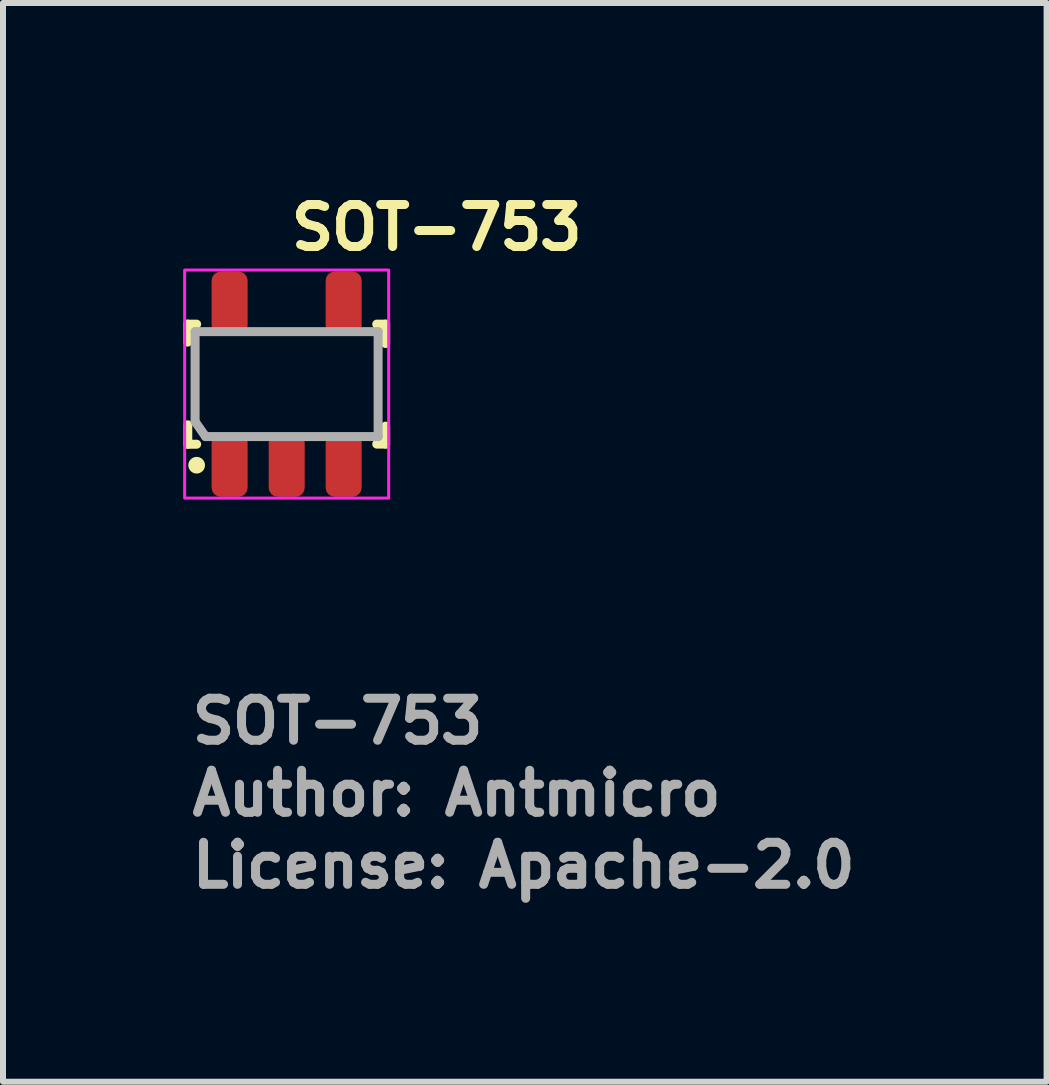
<source format=kicad_pcb>
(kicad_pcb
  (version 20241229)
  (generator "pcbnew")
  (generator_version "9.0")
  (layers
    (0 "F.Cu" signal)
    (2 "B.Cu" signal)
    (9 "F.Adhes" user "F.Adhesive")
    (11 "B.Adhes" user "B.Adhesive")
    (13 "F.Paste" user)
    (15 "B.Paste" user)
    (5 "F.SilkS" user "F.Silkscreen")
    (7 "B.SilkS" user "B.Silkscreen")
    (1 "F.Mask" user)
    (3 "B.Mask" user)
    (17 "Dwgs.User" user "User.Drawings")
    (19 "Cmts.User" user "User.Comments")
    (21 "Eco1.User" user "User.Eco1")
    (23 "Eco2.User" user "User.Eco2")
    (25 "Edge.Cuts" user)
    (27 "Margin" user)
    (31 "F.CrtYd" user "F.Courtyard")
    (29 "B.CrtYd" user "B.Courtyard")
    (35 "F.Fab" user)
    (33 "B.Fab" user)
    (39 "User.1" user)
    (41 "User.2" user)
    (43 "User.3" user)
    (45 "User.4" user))
  (footprint "SOT-753"
    (layer "F.Cu")
    (at 1.726 3.35)
    (property "Reference" "SOT-753" (at 0 -2.2 0) (layer "F.SilkS") (effects (font (size 0.7 0.7) (thickness 0.15)) (justify left bottom)))
    (attr smd)
    (fp_line (start -1.651 -1) (end -1.651 -0.701) (stroke (width 0.15) (type solid)) (layer "F.SilkS"))
    (fp_line (start -1.648 1) (end -1.648 0.677) (stroke (width 0.15) (type solid)) (layer "F.SilkS"))
    (fp_line (start -1.5 -1) (end -1.651 -1) (stroke (width 0.15) (type solid)) (layer "F.SilkS"))
    (fp_line (start -1.5 1) (end -1.648 1) (stroke (width 0.15) (type solid)) (layer "F.SilkS"))
    (fp_line (start 1.5 -1) (end 1.648 -1) (stroke (width 0.15) (type solid)) (layer "F.SilkS"))
    (fp_line (start 1.5 0.998) (end 1.648 0.998) (stroke (width 0.15) (type solid)) (layer "F.SilkS"))
    (fp_line (start 1.648 -1) (end 1.648 -0.677) (stroke (width 0.15) (type solid)) (layer "F.SilkS"))
    (fp_line (start 1.648 0.998) (end 1.648 0.699) (stroke (width 0.15) (type solid)) (layer "F.SilkS"))
    (fp_circle (center -1.5 1.35) (end -1.46 1.4) (stroke (width 0.15) (type solid)) (fill yes) (layer "F.SilkS"))
    (fp_rect (start -1.7 -1.901) (end 1.699 1.898) (stroke (width 0.05) (type solid)) (fill no) (layer "F.CrtYd"))
    (fp_line (start -1.526 -0.875) (end 1.523 -0.875) (stroke (width 0.15) (type solid)) (layer "F.Fab"))
    (fp_line (start -1.526 0.623) (end -1.526 -0.875) (stroke (width 0.15) (type solid)) (layer "F.Fab"))
    (fp_line (start -1.526 0.623) (end -1.351 0.873) (stroke (width 0.15) (type solid)) (layer "F.Fab"))
    (fp_line (start -1.351 0.873) (end 1.523 0.873) (stroke (width 0.15) (type solid)) (layer "F.Fab"))
    (fp_line (start 1.523 -0.875) (end 1.523 0.873) (stroke (width 0.15) (type solid)) (layer "F.Fab"))
    (fp_rect (start -1.45 -1.401) (end 1.449 1.398) (stroke (width 0.1) (type solid)) (fill no) (layer "User.5"))
    (fp_line (start -1.45 -0.802) (end -1.375 -0.725) (stroke (width 0.02) (type solid)) (layer "User.9"))
    (fp_line (start -1.45 0.8) (end -1.45 -0.802) (stroke (width 0.02) (type solid)) (layer "User.9"))
    (fp_line (start -1.45 0.8) (end -1.375 0.723) (stroke (width 0.02) (type solid)) (layer "User.9"))
    (fp_line (start -1.375 0.723) (end -1.335 0.684) (stroke (width 0.02) (type solid)) (layer "User.9"))
    (fp_line (start -1.335 -0.686) (end -1.375 -0.725) (stroke (width 0.02) (type solid)) (layer "User.9"))
    (fp_line (start -1.149 -1.195) (end -1.149 -1.4) (stroke (width 0.02) (type solid)) (layer "User.9"))
    (fp_line (start -1.149 -1.195) (end -1.149 -1.098) (stroke (width 0.02) (type solid)) (layer "User.9"))
    (fp_line (start -1.149 -1.098) (end -1.149 -1.013) (stroke (width 0.02) (type solid)) (layer "User.9"))
    (fp_line (start -1.149 -1.013) (end -1.149 -0.916) (stroke (width 0.02) (type solid)) (layer "User.9"))
    (fp_line (start -1.149 -0.802) (end -1.149 -0.916) (stroke (width 0.02) (type solid)) (layer "User.9"))
    (fp_line (start -1.149 0.914) (end -1.149 0.8) (stroke (width 0.02) (type solid)) (layer "User.9"))
    (fp_line (start -1.149 1.012) (end -1.149 0.914) (stroke (width 0.02) (type solid)) (layer "User.9"))
    (fp_line (start -1.149 1.095) (end -1.149 1.012) (stroke (width 0.02) (type solid)) (layer "User.9"))
    (fp_line (start -1.149 1.194) (end -1.149 1.095) (stroke (width 0.02) (type solid)) (layer "User.9"))
    (fp_line (start -1.149 1.399) (end -1.149 1.194) (stroke (width 0.02) (type solid)) (layer "User.9"))
    (fp_line (start -1.051 0.478) (end -1.051 0.478) (stroke (width 0.02) (type solid)) (layer "User.9"))
    (fp_line (start -1.051 0.478) (end -1.051 0.478) (stroke (width 0.02) (type solid)) (layer "User.9"))
    (fp_line (start -1.051 0.478) (end -1.049 0.484) (stroke (width 0.02) (type solid)) (layer "User.9"))
    (fp_line (start -1.049 0.464) (end -1.049 0.469) (stroke (width 0.02) (type solid)) (layer "User.9"))
    (fp_line (start -1.049 0.469) (end -1.049 0.474) (stroke (width 0.02) (type solid)) (layer "User.9"))
    (fp_line (start -1.049 0.474) (end -1.051 0.478) (stroke (width 0.02) (type solid)) (layer "User.9"))
    (fp_line (start -1.049 0.484) (end -1.049 0.489) (stroke (width 0.02) (type solid)) (layer "User.9"))
    (fp_line (start -1.049 0.489) (end -1.049 0.494) (stroke (width 0.02) (type solid)) (layer "User.9"))
    (fp_line (start -1.049 0.494) (end -1.047 0.499) (stroke (width 0.02) (type solid)) (layer "User.9"))
    (fp_line (start -1.047 0.455) (end -1.047 0.459) (stroke (width 0.02) (type solid)) (layer "User.9"))
    (fp_line (start -1.047 0.459) (end -1.049 0.464) (stroke (width 0.02) (type solid)) (layer "User.9"))
    (fp_line (start -1.047 0.499) (end -1.047 0.503) (stroke (width 0.02) (type solid)) (layer "User.9"))
    (fp_line (start -1.047 0.503) (end -1.045 0.508) (stroke (width 0.02) (type solid)) (layer "User.9"))
    (fp_line (start -1.045 0.45) (end -1.047 0.455) (stroke (width 0.02) (type solid)) (layer "User.9"))
    (fp_line (start -1.045 0.508) (end -1.043 0.514) (stroke (width 0.02) (type solid)) (layer "User.9"))
    (fp_line (start -1.043 0.44) (end -1.043 0.444) (stroke (width 0.02) (type solid)) (layer "User.9"))
    (fp_line (start -1.043 0.444) (end -1.045 0.45) (stroke (width 0.02) (type solid)) (layer "User.9"))
    (fp_line (start -1.043 0.514) (end -1.043 0.518) (stroke (width 0.02) (type solid)) (layer "User.9"))
    (fp_line (start -1.043 0.518) (end -1.041 0.523) (stroke (width 0.02) (type solid)) (layer "User.9"))
    (fp_line (start -1.041 0.435) (end -1.043 0.44) (stroke (width 0.02) (type solid)) (layer "User.9"))
    (fp_line (start -1.041 0.523) (end -1.037 0.527) (stroke (width 0.02) (type solid)) (layer "User.9"))
    (fp_line (start -1.037 0.431) (end -1.041 0.435) (stroke (width 0.02) (type solid)) (layer "User.9"))
    (fp_line (start -1.037 0.527) (end -1.035 0.531) (stroke (width 0.02) (type solid)) (layer "User.9"))
    (fp_line (start -1.035 0.427) (end -1.037 0.431) (stroke (width 0.02) (type solid)) (layer "User.9"))
    (fp_line (start -1.035 0.531) (end -1.033 0.535) (stroke (width 0.02) (type solid)) (layer "User.9"))
    (fp_line (start -1.033 0.423) (end -1.035 0.427) (stroke (width 0.02) (type solid)) (layer "User.9"))
    (fp_line (start -1.033 0.535) (end -1.031 0.539) (stroke (width 0.02) (type solid)) (layer "User.9"))
    (fp_line (start -1.031 0.419) (end -1.033 0.423) (stroke (width 0.02) (type solid)) (layer "User.9"))
    (fp_line (start -1.031 0.539) (end -1.027 0.543) (stroke (width 0.02) (type solid)) (layer "User.9"))
    (fp_line (start -1.027 0.415) (end -1.031 0.419) (stroke (width 0.02) (type solid)) (layer "User.9"))
    (fp_line (start -1.027 0.543) (end -1.025 0.547) (stroke (width 0.02) (type solid)) (layer "User.9"))
    (fp_line (start -1.025 0.412) (end -1.027 0.415) (stroke (width 0.02) (type solid)) (layer "User.9"))
    (fp_line (start -1.025 0.547) (end -1.02 0.55) (stroke (width 0.02) (type solid)) (layer "User.9"))
    (fp_line (start -1.02 0.409) (end -1.025 0.412) (stroke (width 0.02) (type solid)) (layer "User.9"))
    (fp_line (start -1.02 0.55) (end -1.018 0.554) (stroke (width 0.02) (type solid)) (layer "User.9"))
    (fp_line (start -1.018 0.405) (end -1.02 0.409) (stroke (width 0.02) (type solid)) (layer "User.9"))
    (fp_line (start -1.018 0.554) (end -1.014 0.557) (stroke (width 0.02) (type solid)) (layer "User.9"))
    (fp_line (start -1.014 0.402) (end -1.018 0.405) (stroke (width 0.02) (type solid)) (layer "User.9"))
    (fp_line (start -1.014 0.557) (end -1.01 0.56) (stroke (width 0.02) (type solid)) (layer "User.9"))
    (fp_line (start -1.01 0.399) (end -1.014 0.402) (stroke (width 0.02) (type solid)) (layer "User.9"))
    (fp_line (start -1.01 0.56) (end -1.006 0.562) (stroke (width 0.02) (type solid)) (layer "User.9"))
    (fp_line (start -1.006 0.397) (end -1.01 0.399) (stroke (width 0.02) (type solid)) (layer "User.9"))
    (fp_line (start -1.006 0.562) (end -1.002 0.565) (stroke (width 0.02) (type solid)) (layer "User.9"))
    (fp_line (start -1.002 0.394) (end -1.006 0.397) (stroke (width 0.02) (type solid)) (layer "User.9"))
    (fp_line (start -1.002 0.565) (end -0.997 0.567) (stroke (width 0.02) (type solid)) (layer "User.9"))
    (fp_line (start -0.997 0.392) (end -1.002 0.394) (stroke (width 0.02) (type solid)) (layer "User.9"))
    (fp_line (start -0.997 0.567) (end -0.993 0.57) (stroke (width 0.02) (type solid)) (layer "User.9"))
    (fp_line (start -0.993 0.389) (end -0.997 0.392) (stroke (width 0.02) (type solid)) (layer "User.9"))
    (fp_line (start -0.993 0.57) (end -0.988 0.572) (stroke (width 0.02) (type solid)) (layer "User.9"))
    (fp_line (start -0.988 0.387) (end -0.993 0.389) (stroke (width 0.02) (type solid)) (layer "User.9"))
    (fp_line (start -0.988 0.572) (end -0.984 0.573) (stroke (width 0.02) (type solid)) (layer "User.9"))
    (fp_line (start -0.984 0.386) (end -0.988 0.387) (stroke (width 0.02) (type solid)) (layer "User.9"))
    (fp_line (start -0.984 0.573) (end -0.979 0.575) (stroke (width 0.02) (type solid)) (layer "User.9"))
    (fp_line (start -0.979 0.384) (end -0.984 0.386) (stroke (width 0.02) (type solid)) (layer "User.9"))
    (fp_line (start -0.979 0.575) (end -0.974 0.575) (stroke (width 0.02) (type solid)) (layer "User.9"))
    (fp_line (start -0.974 0.382) (end -0.979 0.384) (stroke (width 0.02) (type solid)) (layer "User.9"))
    (fp_line (start -0.974 0.575) (end -0.97 0.576) (stroke (width 0.02) (type solid)) (layer "User.9"))
    (fp_line (start -0.97 0.381) (end -0.974 0.382) (stroke (width 0.02) (type solid)) (layer "User.9"))
    (fp_line (start -0.97 0.576) (end -0.965 0.577) (stroke (width 0.02) (type solid)) (layer "User.9"))
    (fp_line (start -0.965 0.38) (end -0.97 0.381) (stroke (width 0.02) (type solid)) (layer "User.9"))
    (fp_line (start -0.965 0.577) (end -0.96 0.578) (stroke (width 0.02) (type solid)) (layer "User.9"))
    (fp_line (start -0.96 0.379) (end -0.965 0.38) (stroke (width 0.02) (type solid)) (layer "User.9"))
    (fp_line (start -0.96 0.578) (end -0.956 0.578) (stroke (width 0.02) (type solid)) (layer "User.9"))
    (fp_line (start -0.956 0.379) (end -0.96 0.379) (stroke (width 0.02) (type solid)) (layer "User.9"))
    (fp_line (start -0.956 0.578) (end -0.95 0.578) (stroke (width 0.02) (type solid)) (layer "User.9"))
    (fp_line (start -0.95 0.378) (end -0.956 0.379) (stroke (width 0.02) (type solid)) (layer "User.9"))
    (fp_line (start -0.95 0.378) (end -0.95 0.378) (stroke (width 0.02) (type solid)) (layer "User.9"))
    (fp_line (start -0.95 0.578) (end -0.95 0.578) (stroke (width 0.02) (type solid)) (layer "User.9"))
    (fp_line (start -0.95 0.578) (end -0.945 0.578) (stroke (width 0.02) (type solid)) (layer "User.9"))
    (fp_line (start -0.945 0.379) (end -0.95 0.378) (stroke (width 0.02) (type solid)) (layer "User.9"))
    (fp_line (start -0.945 0.578) (end -0.94 0.578) (stroke (width 0.02) (type solid)) (layer "User.9"))
    (fp_line (start -0.94 0.379) (end -0.945 0.379) (stroke (width 0.02) (type solid)) (layer "User.9"))
    (fp_line (start -0.94 0.578) (end -0.935 0.577) (stroke (width 0.02) (type solid)) (layer "User.9"))
    (fp_line (start -0.935 0.38) (end -0.94 0.379) (stroke (width 0.02) (type solid)) (layer "User.9"))
    (fp_line (start -0.935 0.577) (end -0.93 0.576) (stroke (width 0.02) (type solid)) (layer "User.9"))
    (fp_line (start -0.93 0.381) (end -0.935 0.38) (stroke (width 0.02) (type solid)) (layer "User.9"))
    (fp_line (start -0.93 0.576) (end -0.926 0.575) (stroke (width 0.02) (type solid)) (layer "User.9"))
    (fp_line (start -0.926 0.382) (end -0.93 0.381) (stroke (width 0.02) (type solid)) (layer "User.9"))
    (fp_line (start -0.926 0.575) (end -0.921 0.575) (stroke (width 0.02) (type solid)) (layer "User.9"))
    (fp_line (start -0.921 0.384) (end -0.926 0.382) (stroke (width 0.02) (type solid)) (layer "User.9"))
    (fp_line (start -0.921 0.575) (end -0.916 0.573) (stroke (width 0.02) (type solid)) (layer "User.9"))
    (fp_line (start -0.916 0.386) (end -0.921 0.384) (stroke (width 0.02) (type solid)) (layer "User.9"))
    (fp_line (start -0.916 0.573) (end -0.912 0.572) (stroke (width 0.02) (type solid)) (layer "User.9"))
    (fp_line (start -0.912 0.387) (end -0.916 0.386) (stroke (width 0.02) (type solid)) (layer "User.9"))
    (fp_line (start -0.912 0.572) (end -0.907 0.57) (stroke (width 0.02) (type solid)) (layer "User.9"))
    (fp_line (start -0.907 0.389) (end -0.912 0.387) (stroke (width 0.02) (type solid)) (layer "User.9"))
    (fp_line (start -0.907 0.57) (end -0.903 0.567) (stroke (width 0.02) (type solid)) (layer "User.9"))
    (fp_line (start -0.903 0.392) (end -0.907 0.389) (stroke (width 0.02) (type solid)) (layer "User.9"))
    (fp_line (start -0.903 0.567) (end -0.899 0.565) (stroke (width 0.02) (type solid)) (layer "User.9"))
    (fp_line (start -0.899 0.394) (end -0.903 0.392) (stroke (width 0.02) (type solid)) (layer "User.9"))
    (fp_line (start -0.899 0.565) (end -0.894 0.562) (stroke (width 0.02) (type solid)) (layer "User.9"))
    (fp_line (start -0.894 0.397) (end -0.899 0.394) (stroke (width 0.02) (type solid)) (layer "User.9"))
    (fp_line (start -0.894 0.562) (end -0.89 0.56) (stroke (width 0.02) (type solid)) (layer "User.9"))
    (fp_line (start -0.89 0.399) (end -0.894 0.397) (stroke (width 0.02) (type solid)) (layer "User.9"))
    (fp_line (start -0.89 0.56) (end -0.886 0.557) (stroke (width 0.02) (type solid)) (layer "User.9"))
    (fp_line (start -0.886 0.402) (end -0.89 0.399) (stroke (width 0.02) (type solid)) (layer "User.9"))
    (fp_line (start -0.886 0.557) (end -0.882 0.554) (stroke (width 0.02) (type solid)) (layer "User.9"))
    (fp_line (start -0.882 0.405) (end -0.886 0.402) (stroke (width 0.02) (type solid)) (layer "User.9"))
    (fp_line (start -0.882 0.554) (end -0.879 0.55) (stroke (width 0.02) (type solid)) (layer "User.9"))
    (fp_line (start -0.879 0.409) (end -0.882 0.405) (stroke (width 0.02) (type solid)) (layer "User.9"))
    (fp_line (start -0.879 0.55) (end -0.875 0.547) (stroke (width 0.02) (type solid)) (layer "User.9"))
    (fp_line (start -0.875 0.412) (end -0.879 0.409) (stroke (width 0.02) (type solid)) (layer "User.9"))
    (fp_line (start -0.875 0.547) (end -0.872 0.543) (stroke (width 0.02) (type solid)) (layer "User.9"))
    (fp_line (start -0.872 0.415) (end -0.875 0.412) (stroke (width 0.02) (type solid)) (layer "User.9"))
    (fp_line (start -0.872 0.543) (end -0.869 0.539) (stroke (width 0.02) (type solid)) (layer "User.9"))
    (fp_line (start -0.869 0.419) (end -0.872 0.415) (stroke (width 0.02) (type solid)) (layer "User.9"))
    (fp_line (start -0.869 0.539) (end -0.867 0.535) (stroke (width 0.02) (type solid)) (layer "User.9"))
    (fp_line (start -0.867 0.423) (end -0.869 0.419) (stroke (width 0.02) (type solid)) (layer "User.9"))
    (fp_line (start -0.867 0.535) (end -0.864 0.531) (stroke (width 0.02) (type solid)) (layer "User.9"))
    (fp_line (start -0.864 0.427) (end -0.867 0.423) (stroke (width 0.02) (type solid)) (layer "User.9"))
    (fp_line (start -0.864 0.531) (end -0.862 0.527) (stroke (width 0.02) (type solid)) (layer "User.9"))
    (fp_line (start -0.862 0.431) (end -0.864 0.427) (stroke (width 0.02) (type solid)) (layer "User.9"))
    (fp_line (start -0.862 0.527) (end -0.859 0.523) (stroke (width 0.02) (type solid)) (layer "User.9"))
    (fp_line (start -0.859 0.435) (end -0.862 0.431) (stroke (width 0.02) (type solid)) (layer "User.9"))
    (fp_line (start -0.859 0.523) (end -0.857 0.518) (stroke (width 0.02) (type solid)) (layer "User.9"))
    (fp_line (start -0.857 0.44) (end -0.859 0.435) (stroke (width 0.02) (type solid)) (layer "User.9"))
    (fp_line (start -0.857 0.518) (end -0.856 0.514) (stroke (width 0.02) (type solid)) (layer "User.9"))
    (fp_line (start -0.856 0.444) (end -0.857 0.44) (stroke (width 0.02) (type solid)) (layer "User.9"))
    (fp_line (start -0.856 0.514) (end -0.854 0.508) (stroke (width 0.02) (type solid)) (layer "User.9"))
    (fp_line (start -0.854 0.45) (end -0.856 0.444) (stroke (width 0.02) (type solid)) (layer "User.9"))
    (fp_line (start -0.854 0.508) (end -0.853 0.503) (stroke (width 0.02) (type solid)) (layer "User.9"))
    (fp_line (start -0.853 0.455) (end -0.854 0.45) (stroke (width 0.02) (type solid)) (layer "User.9"))
    (fp_line (start -0.853 0.503) (end -0.852 0.499) (stroke (width 0.02) (type solid)) (layer "User.9"))
    (fp_line (start -0.852 0.459) (end -0.853 0.455) (stroke (width 0.02) (type solid)) (layer "User.9"))
    (fp_line (start -0.852 0.499) (end -0.851 0.494) (stroke (width 0.02) (type solid)) (layer "User.9"))
    (fp_line (start -0.851 0.464) (end -0.852 0.459) (stroke (width 0.02) (type solid)) (layer "User.9"))
    (fp_line (start -0.851 0.494) (end -0.85 0.489) (stroke (width 0.02) (type solid)) (layer "User.9"))
    (fp_line (start -0.85 0.469) (end -0.851 0.464) (stroke (width 0.02) (type solid)) (layer "User.9"))
    (fp_line (start -0.85 0.474) (end -0.85 0.469) (stroke (width 0.02) (type solid)) (layer "User.9"))
    (fp_line (start -0.85 0.484) (end -0.849 0.478) (stroke (width 0.02) (type solid)) (layer "User.9"))
    (fp_line (start -0.85 0.489) (end -0.85 0.484) (stroke (width 0.02) (type solid)) (layer "User.9"))
    (fp_line (start -0.849 0.478) (end -0.85 0.474) (stroke (width 0.02) (type solid)) (layer "User.9"))
    (fp_line (start -0.849 0.478) (end -0.849 0.478) (stroke (width 0.02) (type solid)) (layer "User.9"))
    (fp_line (start -0.749 -1.4) (end -1.149 -1.4) (stroke (width 0.02) (type solid)) (layer "User.9"))
    (fp_line (start -0.749 -1.195) (end -0.749 -1.4) (stroke (width 0.02) (type solid)) (layer "User.9"))
    (fp_line (start -0.749 -1.195) (end -0.749 -1.098) (stroke (width 0.02) (type solid)) (layer "User.9"))
    (fp_line (start -0.749 -1.098) (end -0.749 -1.013) (stroke (width 0.02) (type solid)) (layer "User.9"))
    (fp_line (start -0.749 -1.013) (end -0.749 -0.916) (stroke (width 0.02) (type solid)) (layer "User.9"))
    (fp_line (start -0.749 -0.802) (end -1.149 -0.802) (stroke (width 0.02) (type solid)) (layer "User.9"))
    (fp_line (start -0.749 -0.802) (end -0.749 -0.916) (stroke (width 0.02) (type solid)) (layer "User.9"))
    (fp_line (start -0.749 0.8) (end -1.149 0.8) (stroke (width 0.02) (type solid)) (layer "User.9"))
    (fp_line (start -0.749 0.914) (end -0.749 0.8) (stroke (width 0.02) (type solid)) (layer "User.9"))
    (fp_line (start -0.749 1.012) (end -0.749 0.914) (stroke (width 0.02) (type solid)) (layer "User.9"))
    (fp_line (start -0.749 1.095) (end -0.749 1.012) (stroke (width 0.02) (type solid)) (layer "User.9"))
    (fp_line (start -0.749 1.194) (end -0.749 1.095) (stroke (width 0.02) (type solid)) (layer "User.9"))
    (fp_line (start -0.749 1.399) (end -1.149 1.399) (stroke (width 0.02) (type solid)) (layer "User.9"))
    (fp_line (start -0.749 1.399) (end -0.749 1.194) (stroke (width 0.02) (type solid)) (layer "User.9"))
    (fp_line (start -0.201 0.914) (end -0.201 0.8) (stroke (width 0.02) (type solid)) (layer "User.9"))
    (fp_line (start -0.201 1.012) (end -0.201 0.914) (stroke (width 0.02) (type solid)) (layer "User.9"))
    (fp_line (start -0.201 1.095) (end -0.201 1.012) (stroke (width 0.02) (type solid)) (layer "User.9"))
    (fp_line (start -0.201 1.194) (end -0.201 1.095) (stroke (width 0.02) (type solid)) (layer "User.9"))
    (fp_line (start -0.201 1.399) (end -0.201 1.194) (stroke (width 0.02) (type solid)) (layer "User.9"))
    (fp_line (start 0.201 0.8) (end -0.201 0.8) (stroke (width 0.02) (type solid)) (layer "User.9"))
    (fp_line (start 0.201 0.914) (end 0.201 0.8) (stroke (width 0.02) (type solid)) (layer "User.9"))
    (fp_line (start 0.201 1.012) (end 0.201 0.914) (stroke (width 0.02) (type solid)) (layer "User.9"))
    (fp_line (start 0.201 1.095) (end 0.201 1.012) (stroke (width 0.02) (type solid)) (layer "User.9"))
    (fp_line (start 0.201 1.194) (end 0.201 1.095) (stroke (width 0.02) (type solid)) (layer "User.9"))
    (fp_line (start 0.201 1.399) (end -0.201 1.399) (stroke (width 0.02) (type solid)) (layer "User.9"))
    (fp_line (start 0.201 1.399) (end 0.201 1.194) (stroke (width 0.02) (type solid)) (layer "User.9"))
    (fp_line (start 0.749 -1.195) (end 0.749 -1.4) (stroke (width 0.02) (type solid)) (layer "User.9"))
    (fp_line (start 0.749 -1.195) (end 0.749 -1.098) (stroke (width 0.02) (type solid)) (layer "User.9"))
    (fp_line (start 0.749 -1.098) (end 0.749 -1.013) (stroke (width 0.02) (type solid)) (layer "User.9"))
    (fp_line (start 0.749 -1.013) (end 0.749 -0.916) (stroke (width 0.02) (type solid)) (layer "User.9"))
    (fp_line (start 0.749 -0.802) (end 0.749 -0.916) (stroke (width 0.02) (type solid)) (layer "User.9"))
    (fp_line (start 0.749 0.914) (end 0.749 0.8) (stroke (width 0.02) (type solid)) (layer "User.9"))
    (fp_line (start 0.749 1.012) (end 0.749 0.914) (stroke (width 0.02) (type solid)) (layer "User.9"))
    (fp_line (start 0.749 1.095) (end 0.749 1.012) (stroke (width 0.02) (type solid)) (layer "User.9"))
    (fp_line (start 0.749 1.194) (end 0.749 1.095) (stroke (width 0.02) (type solid)) (layer "User.9"))
    (fp_line (start 0.749 1.399) (end 0.749 1.194) (stroke (width 0.02) (type solid)) (layer "User.9"))
    (fp_line (start 1.15 -1.4) (end 0.749 -1.4) (stroke (width 0.02) (type solid)) (layer "User.9"))
    (fp_line (start 1.15 -1.195) (end 1.15 -1.4) (stroke (width 0.02) (type solid)) (layer "User.9"))
    (fp_line (start 1.15 -1.195) (end 1.15 -1.098) (stroke (width 0.02) (type solid)) (layer "User.9"))
    (fp_line (start 1.15 -1.098) (end 1.15 -1.013) (stroke (width 0.02) (type solid)) (layer "User.9"))
    (fp_line (start 1.15 -1.013) (end 1.15 -0.916) (stroke (width 0.02) (type solid)) (layer "User.9"))
    (fp_line (start 1.15 -0.802) (end 0.749 -0.802) (stroke (width 0.02) (type solid)) (layer "User.9"))
    (fp_line (start 1.15 -0.802) (end 1.15 -0.916) (stroke (width 0.02) (type solid)) (layer "User.9"))
    (fp_line (start 1.15 0.8) (end 0.749 0.8) (stroke (width 0.02) (type solid)) (layer "User.9"))
    (fp_line (start 1.15 0.914) (end 1.15 0.8) (stroke (width 0.02) (type solid)) (layer "User.9"))
    (fp_line (start 1.15 1.012) (end 1.15 0.914) (stroke (width 0.02) (type solid)) (layer "User.9"))
    (fp_line (start 1.15 1.095) (end 1.15 1.012) (stroke (width 0.02) (type solid)) (layer "User.9"))
    (fp_line (start 1.15 1.194) (end 1.15 1.095) (stroke (width 0.02) (type solid)) (layer "User.9"))
    (fp_line (start 1.15 1.399) (end 0.749 1.399) (stroke (width 0.02) (type solid)) (layer "User.9"))
    (fp_line (start 1.15 1.399) (end 1.15 1.194) (stroke (width 0.02) (type solid)) (layer "User.9"))
    (fp_line (start 1.374 -0.725) (end 1.334 -0.686) (stroke (width 0.02) (type solid)) (layer "User.9"))
    (fp_line (start 1.374 0.723) (end 1.334 0.684) (stroke (width 0.02) (type solid)) (layer "User.9"))
    (fp_line (start 1.449 -0.802) (end -1.45 -0.802) (stroke (width 0.02) (type solid)) (layer "User.9"))
    (fp_line (start 1.449 -0.802) (end 1.374 -0.725) (stroke (width 0.02) (type solid)) (layer "User.9"))
    (fp_line (start 1.449 0.8) (end -1.45 0.8) (stroke (width 0.02) (type solid)) (layer "User.9"))
    (fp_line (start 1.449 0.8) (end 1.374 0.723) (stroke (width 0.02) (type solid)) (layer "User.9"))
    (fp_line (start 1.449 0.8) (end 1.449 -0.802) (stroke (width 0.02) (type solid)) (layer "User.9"))
    (fp_text user "License: Apache-2.0" (at -1.651 8.425 0) (layer "F.Fab") (effects (font (size 0.7 0.7) (thickness 0.15)) (justify left bottom)))
    (fp_text user "${REFERENCE}" (at -1.651 6.025 0) (layer "F.Fab") (effects (font (size 0.7 0.7) (thickness 0.15)) (justify left bottom)))
    (fp_text user "Author: Antmicro" (at -1.651 7.225 0) (layer "F.Fab") (effects (font (size 0.7 0.7) (thickness 0.15)) (justify left bottom)))
    (pad "1" smd roundrect (at -0.951 1.35) (size 0.6 1.05) (layers "F.Cu" "F.Mask" "F.Paste") (roundrect_rratio 0.25))
    (pad "2" smd roundrect (at 0 1.35) (size 0.6 1.05) (layers "F.Cu" "F.Mask" "F.Paste") (roundrect_rratio 0.25))
    (pad "3" smd roundrect (at 0.949 1.35) (size 0.6 1.05) (layers "F.Cu" "F.Mask" "F.Paste") (roundrect_rratio 0.25))
    (pad "4" smd roundrect (at 0.949 -1.351) (size 0.6 1.05) (layers "F.Cu" "F.Mask" "F.Paste") (roundrect_rratio 0.25))
    (pad "5" smd roundrect (at -0.951 -1.351) (size 0.6 1.05) (layers "F.Cu" "F.Mask" "F.Paste") (roundrect_rratio 0.25)))
  (gr_rect
    (start -3 -3)
    (end 14.385 14.97)
    (stroke (width 0.1) (type default))
    (fill no)
    (layer "Edge.Cuts")))
</source>
